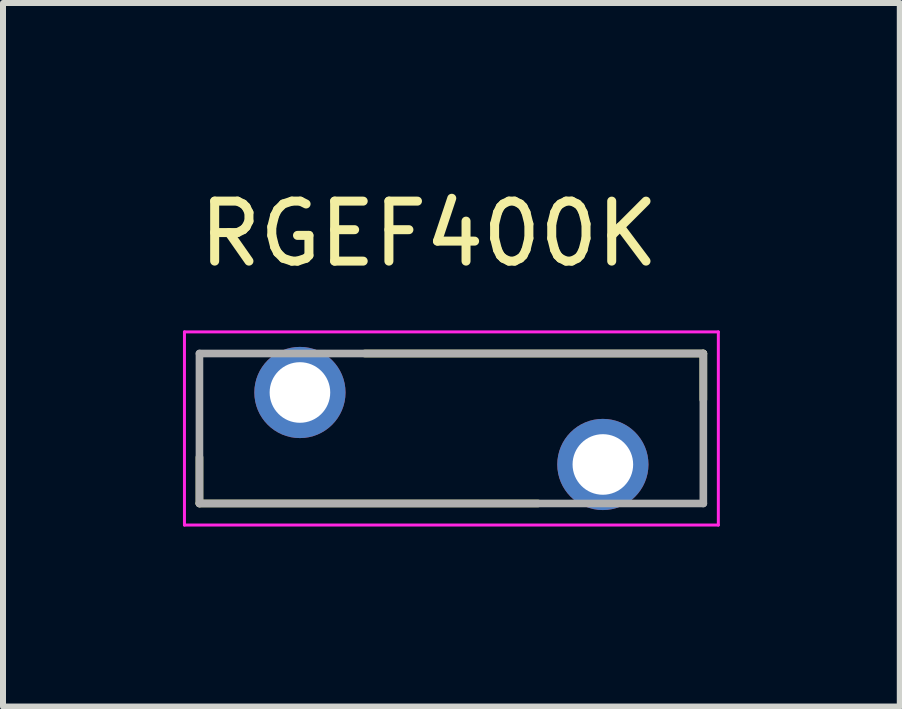
<source format=kicad_pcb>
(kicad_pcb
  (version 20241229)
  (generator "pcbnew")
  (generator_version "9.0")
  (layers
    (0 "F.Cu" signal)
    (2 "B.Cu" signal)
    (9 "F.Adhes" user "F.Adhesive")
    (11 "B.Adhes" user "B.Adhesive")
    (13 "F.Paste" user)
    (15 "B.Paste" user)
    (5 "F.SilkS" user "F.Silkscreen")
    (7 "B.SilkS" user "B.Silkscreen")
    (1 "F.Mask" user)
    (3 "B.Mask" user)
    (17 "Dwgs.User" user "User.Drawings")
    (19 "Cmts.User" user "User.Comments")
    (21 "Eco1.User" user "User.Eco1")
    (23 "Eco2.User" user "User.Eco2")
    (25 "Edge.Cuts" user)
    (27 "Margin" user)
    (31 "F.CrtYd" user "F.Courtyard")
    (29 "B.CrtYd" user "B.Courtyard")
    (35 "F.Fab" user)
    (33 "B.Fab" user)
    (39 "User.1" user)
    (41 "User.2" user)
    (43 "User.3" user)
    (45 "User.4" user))
  (footprint "RGEF400K"
    (layer "F.Cu")
    (at 4.475 4.093)
    (property "Reference" "RGEF400K" (at -0.375 -3.245 0) (layer "F.SilkS") (effects (font (size 1 1) (thickness 0.15))))
    (attr through_hole)
    (fp_line (start -4.2 1.25) (end -4.2 0.48) (stroke (width 0.127) (type solid)) (layer "F.SilkS"))
    (fp_line (start -1.445 -1.25) (end 4.2 -1.25) (stroke (width 0.127) (type solid)) (layer "F.SilkS"))
    (fp_line (start 1.445 1.25) (end -4.2 1.25) (stroke (width 0.127) (type solid)) (layer "F.SilkS"))
    (fp_line (start 4.2 -1.25) (end 4.2 -0.48) (stroke (width 0.127) (type solid)) (layer "F.SilkS"))
    (fp_line (start -4.45 -1.61) (end -4.45 1.61) (stroke (width 0.05) (type solid)) (layer "F.CrtYd"))
    (fp_line (start -4.45 1.61) (end 4.45 1.61) (stroke (width 0.05) (type solid)) (layer "F.CrtYd"))
    (fp_line (start 4.45 -1.61) (end -4.45 -1.61) (stroke (width 0.05) (type solid)) (layer "F.CrtYd"))
    (fp_line (start 4.45 1.61) (end 4.45 -1.61) (stroke (width 0.05) (type solid)) (layer "F.CrtYd"))
    (fp_line (start -4.2 -1.25) (end 4.2 -1.25) (stroke (width 0.127) (type solid)) (layer "F.Fab"))
    (fp_line (start -4.2 1.25) (end -4.2 -1.25) (stroke (width 0.127) (type solid)) (layer "F.Fab"))
    (fp_line (start 4.2 -1.25) (end 4.2 1.25) (stroke (width 0.127) (type solid)) (layer "F.Fab"))
    (fp_line (start 4.2 1.25) (end -4.2 1.25) (stroke (width 0.127) (type solid)) (layer "F.Fab"))
    (pad "1" thru_hole circle (at -2.525 -0.6) (size 1.52 1.52) (drill 1.01) (layers "*.Cu" "*.Mask"))
    (pad "2" thru_hole circle (at 2.525 0.6) (size 1.52 1.52) (drill 1.01) (layers "*.Cu" "*.Mask")))
  (gr_rect
    (start -3 -3)
    (end 11.95 8.728)
    (stroke (width 0.1) (type default))
    (fill no)
    (layer "Edge.Cuts")))
</source>
